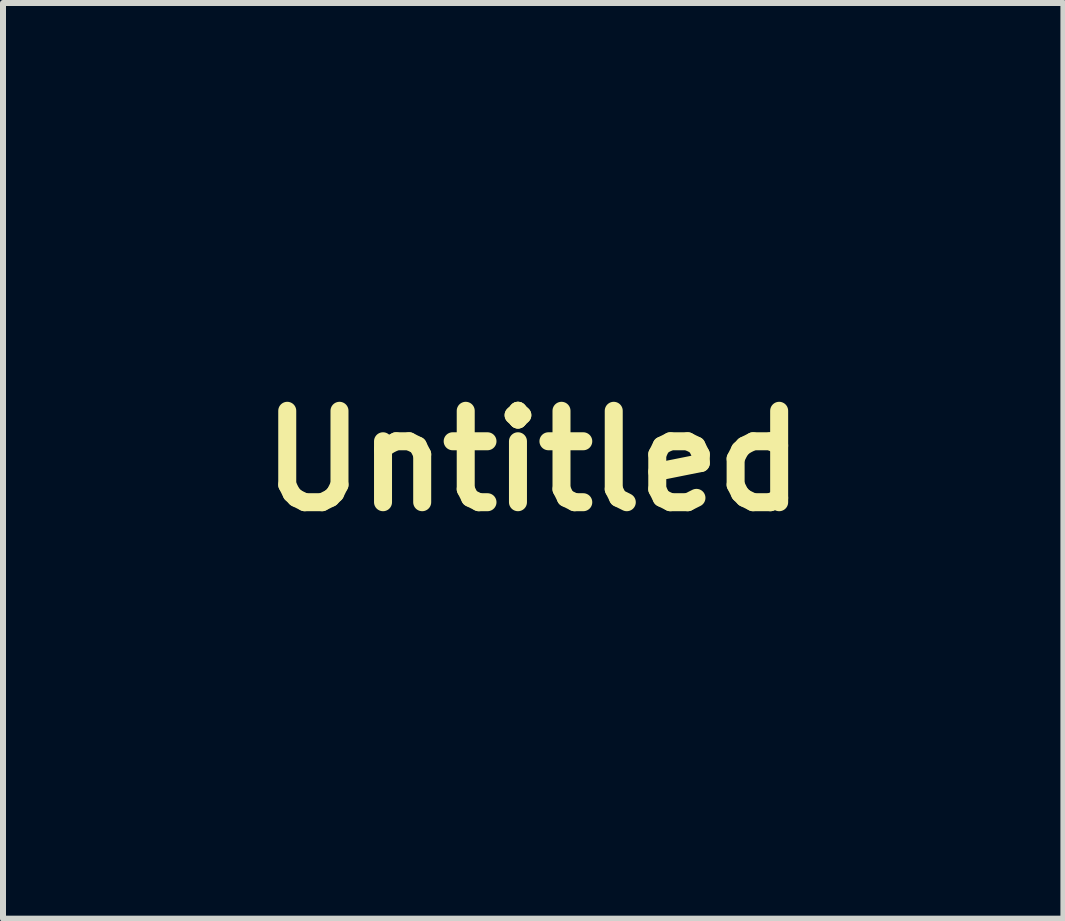
<source format=kicad_pcb>
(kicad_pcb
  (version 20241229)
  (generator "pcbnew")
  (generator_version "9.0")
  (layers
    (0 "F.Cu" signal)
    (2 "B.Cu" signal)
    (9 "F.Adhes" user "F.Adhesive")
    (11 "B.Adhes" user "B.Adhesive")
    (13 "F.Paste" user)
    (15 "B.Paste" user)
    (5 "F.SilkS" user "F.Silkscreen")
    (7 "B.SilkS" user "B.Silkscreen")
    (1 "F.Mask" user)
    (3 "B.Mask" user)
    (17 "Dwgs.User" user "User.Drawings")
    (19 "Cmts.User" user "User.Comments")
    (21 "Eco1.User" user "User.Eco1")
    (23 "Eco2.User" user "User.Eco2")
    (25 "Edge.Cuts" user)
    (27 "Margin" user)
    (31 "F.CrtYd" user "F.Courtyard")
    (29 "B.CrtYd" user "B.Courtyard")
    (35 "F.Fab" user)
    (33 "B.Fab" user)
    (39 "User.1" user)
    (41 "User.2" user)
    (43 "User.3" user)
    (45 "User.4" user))
  (footprint "Untitled"
    (layer "F.Cu")
    (at 5.839 4.633)
    (property "Reference" "Untitled" (at 0 0 0) (layer "F.SilkS") (effects (font (size 1.524 1.524) (thickness 0.3))))
    (attr through_hole)
    (fp_poly (pts (xy 5.834 -0.81) (xy 5.834 -0.564) (xy 5.834 -0.323) (xy 5.834 -0.086) (xy 5.834 0.146) (xy 5.834 0.372) (xy 5.834 0.593) (xy 5.834 0.807) (xy 5.834 1.014) (xy 5.833 1.214) (xy 5.833 1.405) (xy 5.833 1.589) (xy 5.833 1.763) (xy 5.833 1.929) (xy 5.833 2.084) (xy 5.832 2.229) (xy 5.832 2.363) (xy 5.832 2.486) (xy 5.832 2.598) (xy 5.832 2.697) (xy 5.831 2.783) (xy 5.831 2.856) (xy 5.831 2.915) (xy 5.831 2.961) (xy 5.83 2.991) (xy 5.83 3.006) (xy 5.83 3.008) (xy 5.827 3.002) (xy 5.826 2.989) (xy 5.823 2.961) (xy 5.813 2.922) (xy 5.797 2.875) (xy 5.777 2.822) (xy 5.754 2.767) (xy 5.73 2.717) (xy 5.67 2.605) (xy 5.596 2.485) (xy 5.508 2.359) (xy 5.408 2.227) (xy 5.294 2.088) (xy 5.169 1.944) (xy 5.031 1.794) (xy 4.881 1.639) (xy 4.719 1.479) (xy 4.547 1.315) (xy 4.363 1.147) (xy 4.169 0.976) (xy 4.089 0.906) (xy 4.04 0.864) (xy 3.991 0.823) (xy 3.941 0.781) (xy 3.889 0.737) (xy 3.834 0.692) (xy 3.775 0.644) (xy 3.711 0.592) (xy 3.642 0.536) (xy 3.566 0.475) (xy 3.482 0.407) (xy 3.389 0.334) (xy 3.287 0.252) (xy 3.174 0.163) (xy 3.06 0.072) (xy 2.98 0.008) (xy 2.904 -0.052) (xy 2.832 -0.109) (xy 2.765 -0.162) (xy 2.704 -0.21) (xy 2.651 -0.253) (xy 2.606 -0.289) (xy 2.57 -0.318) (xy 2.544 -0.338) (xy 2.529 -0.351) (xy 2.525 -0.354) (xy 2.523 -0.359) (xy 2.525 -0.367) (xy 2.532 -0.38) (xy 2.546 -0.4) (xy 2.567 -0.427) (xy 2.596 -0.464) (xy 2.635 -0.511) (xy 2.637 -0.513) (xy 2.851 -0.777) (xy 3.052 -1.033) (xy 3.241 -1.28) (xy 3.417 -1.518) (xy 3.581 -1.749) (xy 3.734 -1.973) (xy 3.875 -2.189) (xy 4.005 -2.399) (xy 4.123 -2.602) (xy 4.231 -2.799) (xy 4.301 -2.937) (xy 4.381 -3.104) (xy 4.45 -3.261) (xy 4.509 -3.409) (xy 4.556 -3.548) (xy 4.594 -3.68) (xy 4.621 -3.804) (xy 4.632 -3.869) (xy 4.638 -3.92) (xy 4.641 -3.979) (xy 4.642 -4.042) (xy 4.641 -4.104) (xy 4.638 -4.163) (xy 4.632 -4.214) (xy 4.625 -4.254) (xy 4.624 -4.258) (xy 4.594 -4.339) (xy 4.554 -4.412) (xy 4.503 -4.475) (xy 4.443 -4.527) (xy 4.393 -4.558) (xy 4.349 -4.579) (xy 4.311 -4.594) (xy 4.271 -4.605) (xy 4.223 -4.615) (xy 4.22 -4.616) (xy 4.213 -4.618) (xy 4.21 -4.619) (xy 4.214 -4.62) (xy 4.225 -4.621) (xy 4.243 -4.622) (xy 4.269 -4.623) (xy 4.305 -4.624) (xy 4.35 -4.625) (xy 4.406 -4.625) (xy 4.473 -4.626) (xy 4.552 -4.626) (xy 4.644 -4.626) (xy 4.749 -4.627) (xy 4.869 -4.627) (xy 4.999 -4.627) (xy 5.834 -4.628) (xy 5.834 -0.81)) (stroke (width 0.01) (type solid)) (fill no) (layer "Eco2.User"))
    (fp_poly (pts (xy -0.923 -4.627) (xy -0.645 -4.626) (xy -0.371 -4.626) (xy -0.101 -4.626) (xy 0.163 -4.626) (xy 0.423 -4.626) (xy 0.676 -4.626) (xy 0.923 -4.626) (xy 1.164 -4.625) (xy 1.397 -4.625) (xy 1.623 -4.625) (xy 1.841 -4.625) (xy 2.051 -4.625) (xy 2.252 -4.624) (xy 2.444 -4.624) (xy 2.626 -4.624) (xy 2.799 -4.624) (xy 2.96 -4.623) (xy 3.111 -4.623) (xy 3.251 -4.623) (xy 3.379 -4.622) (xy 3.495 -4.622) (xy 3.599 -4.622) (xy 3.689 -4.621) (xy 3.766 -4.621) (xy 3.829 -4.621) (xy 3.878 -4.62) (xy 3.913 -4.62) (xy 3.932 -4.62) (xy 3.936 -4.619) (xy 3.81 -4.599) (xy 3.675 -4.566) (xy 3.532 -4.522) (xy 3.381 -4.466) (xy 3.224 -4.399) (xy 3.062 -4.321) (xy 2.895 -4.233) (xy 2.724 -4.135) (xy 2.55 -4.028) (xy 2.373 -3.911) (xy 2.298 -3.859) (xy 2.249 -3.825) (xy 2.196 -3.786) (xy 2.14 -3.745) (xy 2.081 -3.701) (xy 2.023 -3.658) (xy 1.966 -3.614) (xy 1.911 -3.572) (xy 1.861 -3.533) (xy 1.817 -3.498) (xy 1.78 -3.468) (xy 1.751 -3.445) (xy 1.733 -3.428) (xy 1.727 -3.421) (xy 1.729 -3.413) (xy 1.737 -3.393) (xy 1.75 -3.364) (xy 1.766 -3.329) (xy 1.784 -3.29) (xy 1.804 -3.25) (xy 1.822 -3.211) (xy 1.84 -3.176) (xy 1.854 -3.147) (xy 1.865 -3.128) (xy 1.869 -3.121) (xy 1.876 -3.125) (xy 1.894 -3.136) (xy 1.922 -3.154) (xy 1.957 -3.178) (xy 1.997 -3.206) (xy 2.029 -3.228) (xy 2.231 -3.366) (xy 2.424 -3.494) (xy 2.608 -3.612) (xy 2.783 -3.721) (xy 2.948 -3.819) (xy 3.104 -3.907) (xy 3.25 -3.985) (xy 3.386 -4.052) (xy 3.512 -4.11) (xy 3.627 -4.157) (xy 3.733 -4.193) (xy 3.828 -4.219) (xy 3.912 -4.234) (xy 3.985 -4.239) (xy 4.047 -4.233) (xy 4.098 -4.216) (xy 4.138 -4.188) (xy 4.139 -4.187) (xy 4.165 -4.153) (xy 4.181 -4.113) (xy 4.189 -4.063) (xy 4.189 -4.002) (xy 4.189 -4.001) (xy 4.179 -3.922) (xy 4.157 -3.833) (xy 4.124 -3.732) (xy 4.08 -3.621) (xy 4.024 -3.499) (xy 3.957 -3.366) (xy 3.879 -3.223) (xy 3.79 -3.07) (xy 3.689 -2.906) (xy 3.578 -2.732) (xy 3.455 -2.548) (xy 3.322 -2.353) (xy 3.177 -2.149) (xy 3.022 -1.934) (xy 2.856 -1.71) (xy 2.679 -1.476) (xy 2.491 -1.232) (xy 2.469 -1.204) (xy 2.428 -1.151) (xy 2.385 -1.095) (xy 2.34 -1.038) (xy 2.295 -0.98) (xy 2.25 -0.924) (xy 2.208 -0.87) (xy 2.169 -0.82) (xy 2.134 -0.776) (xy 2.105 -0.74) (xy 2.083 -0.712) (xy 2.069 -0.694) (xy 2.064 -0.689) (xy 2.057 -0.691) (xy 2.038 -0.702) (xy 2.01 -0.72) (xy 1.975 -0.743) (xy 1.934 -0.77) (xy 1.909 -0.787) (xy 1.856 -0.824) (xy 1.791 -0.868) (xy 1.716 -0.919) (xy 1.633 -0.975) (xy 1.542 -1.036) (xy 1.447 -1.1) (xy 1.348 -1.166) (xy 1.246 -1.234) (xy 1.144 -1.302) (xy 1.044 -1.369) (xy 0.946 -1.434) (xy 0.852 -1.495) (xy 0.764 -1.553) (xy 0.683 -1.606) (xy 0.612 -1.653) (xy 0.554 -1.69) (xy 0.279 -1.867) (xy 0.435 -1.999) (xy 0.481 -2.038) (xy 0.536 -2.084) (xy 0.597 -2.136) (xy 0.661 -2.19) (xy 0.726 -2.244) (xy 0.787 -2.296) (xy 0.812 -2.317) (xy 1.032 -2.502) (xy 0.985 -2.59) (xy 0.958 -2.641) (xy 0.937 -2.68) (xy 0.922 -2.707) (xy 0.911 -2.726) (xy 0.904 -2.738) (xy 0.9 -2.744) (xy 0.897 -2.746) (xy 0.895 -2.746) (xy 0.887 -2.741) (xy 0.868 -2.726) (xy 0.839 -2.703) (xy 0.802 -2.671) (xy 0.757 -2.632) (xy 0.706 -2.588) (xy 0.649 -2.538) (xy 0.587 -2.484) (xy 0.522 -2.426) (xy 0.455 -2.367) (xy 0.386 -2.305) (xy 0.317 -2.243) (xy 0.248 -2.181) (xy 0.208 -2.145) (xy 0.164 -2.105) (xy 0.123 -2.068) (xy 0.088 -2.037) (xy 0.059 -2.011) (xy 0.039 -1.994) (xy 0.028 -1.985) (xy 0.027 -1.984) (xy 0.019 -1.988) (xy -0.001 -1.998) (xy -0.032 -2.015) (xy -0.072 -2.036) (xy -0.119 -2.061) (xy -0.171 -2.09) (xy -0.209 -2.11) (xy -0.279 -2.148) (xy -0.358 -2.191) (xy -0.442 -2.237) (xy -0.526 -2.283) (xy -0.607 -2.326) (xy -0.678 -2.365) (xy -0.679 -2.366) (xy -0.783 -2.422) (xy -0.884 -2.477) (xy -0.981 -2.53) (xy -1.073 -2.58) (xy -1.158 -2.627) (xy -1.234 -2.669) (xy -1.302 -2.706) (xy -1.358 -2.738) (xy -1.402 -2.762) (xy -1.409 -2.766) (xy -1.614 -2.881) (xy -1.815 -2.992) (xy -2.015 -3.099) (xy -2.217 -3.206) (xy -2.426 -3.314) (xy -2.644 -3.424) (xy -2.738 -3.471) (xy -2.984 -3.592) (xy -3.218 -3.704) (xy -3.441 -3.808) (xy -3.654 -3.903) (xy -3.858 -3.99) (xy -4.054 -4.07) (xy -4.242 -4.143) (xy -4.424 -4.209) (xy -4.555 -4.254) (xy -4.725 -4.309) (xy -4.884 -4.355) (xy -5.031 -4.393) (xy -5.167 -4.422) (xy -5.29 -4.443) (xy -5.401 -4.455) (xy -5.5 -4.459) (xy -5.586 -4.454) (xy -5.66 -4.44) (xy -5.721 -4.419) (xy -5.769 -4.388) (xy -5.804 -4.349) (xy -5.813 -4.332) (xy -5.834 -4.291) (xy -5.834 -4.628) (xy -0.923 -4.627)) (stroke (width 0.01) (type solid)) (fill no) (layer "Eco2.User"))
    (fp_poly (pts (xy -5.822 -4.163) (xy -5.814 -4.139) (xy -5.8 -4.106) (xy -5.783 -4.069) (xy -5.771 -4.044) (xy -5.722 -3.958) (xy -5.658 -3.865) (xy -5.581 -3.766) (xy -5.49 -3.661) (xy -5.386 -3.55) (xy -5.269 -3.433) (xy -5.139 -3.312) (xy -4.997 -3.185) (xy -4.842 -3.053) (xy -4.676 -2.917) (xy -4.498 -2.776) (xy -4.309 -2.631) (xy -4.109 -2.482) (xy -3.898 -2.33) (xy -3.676 -2.174) (xy -3.445 -2.014) (xy -3.203 -1.852) (xy -2.952 -1.686) (xy -2.692 -1.518) (xy -2.423 -1.348) (xy -2.164 -1.188) (xy -2.11 -1.154) (xy -2.06 -1.124) (xy -2.017 -1.098) (xy -1.981 -1.076) (xy -1.954 -1.06) (xy -1.938 -1.051) (xy -1.933 -1.049) (xy -1.929 -1.058) (xy -1.92 -1.078) (xy -1.909 -1.106) (xy -1.897 -1.137) (xy -1.884 -1.169) (xy -1.873 -1.198) (xy -1.864 -1.22) (xy -1.86 -1.233) (xy -1.859 -1.235) (xy -1.866 -1.239) (xy -1.884 -1.253) (xy -1.912 -1.274) (xy -1.95 -1.301) (xy -1.994 -1.334) (xy -2.046 -1.372) (xy -2.102 -1.413) (xy -2.147 -1.446) (xy -2.429 -1.654) (xy -2.698 -1.853) (xy -2.953 -2.043) (xy -3.196 -2.224) (xy -3.425 -2.397) (xy -3.64 -2.561) (xy -3.843 -2.717) (xy -4.032 -2.863) (xy -4.208 -3.002) (xy -4.371 -3.131) (xy -4.521 -3.252) (xy -4.657 -3.364) (xy -4.781 -3.468) (xy -4.891 -3.563) (xy -4.988 -3.649) (xy -5.072 -3.727) (xy -5.142 -3.796) (xy -5.2 -3.857) (xy -5.244 -3.909) (xy -5.254 -3.922) (xy -5.285 -3.966) (xy -5.303 -4.001) (xy -5.308 -4.027) (xy -5.301 -4.044) (xy -5.281 -4.052) (xy -5.249 -4.053) (xy -5.239 -4.053) (xy -5.189 -4.045) (xy -5.13 -4.03) (xy -5.061 -4.009) (xy -4.982 -3.982) (xy -4.891 -3.947) (xy -4.789 -3.906) (xy -4.674 -3.857) (xy -4.547 -3.801) (xy -4.407 -3.737) (xy -4.362 -3.716) (xy -4.305 -3.69) (xy -4.235 -3.656) (xy -4.154 -3.617) (xy -4.062 -3.572) (xy -3.963 -3.523) (xy -3.855 -3.47) (xy -3.742 -3.413) (xy -3.624 -3.355) (xy -3.503 -3.294) (xy -3.381 -3.232) (xy -3.257 -3.17) (xy -3.135 -3.107) (xy -3.014 -3.046) (xy -2.897 -2.986) (xy -2.785 -2.929) (xy -2.679 -2.874) (xy -2.624 -2.845) (xy -2.471 -2.766) (xy -2.331 -2.693) (xy -2.203 -2.626) (xy -2.086 -2.564) (xy -1.978 -2.508) (xy -1.879 -2.455) (xy -1.787 -2.407) (xy -1.702 -2.361) (xy -1.622 -2.318) (xy -1.546 -2.276) (xy -1.473 -2.236) (xy -1.402 -2.197) (xy -1.332 -2.157) (xy -1.261 -2.117) (xy -1.189 -2.076) (xy -1.114 -2.033) (xy -1.036 -1.987) (xy -0.953 -1.939) (xy -0.929 -1.925) (xy -0.845 -1.876) (xy -0.765 -1.829) (xy -0.69 -1.785) (xy -0.621 -1.745) (xy -0.559 -1.709) (xy -0.506 -1.677) (xy -0.461 -1.651) (xy -0.428 -1.631) (xy -0.405 -1.618) (xy -0.395 -1.611) (xy -0.394 -1.611) (xy -0.399 -1.605) (xy -0.414 -1.589) (xy -0.439 -1.564) (xy -0.473 -1.532) (xy -0.515 -1.493) (xy -0.563 -1.447) (xy -0.617 -1.397) (xy -0.676 -1.343) (xy -0.733 -1.29) (xy -1.078 -0.975) (xy -1.118 -0.841) (xy -1.132 -0.796) (xy -1.144 -0.755) (xy -1.154 -0.72) (xy -1.161 -0.695) (xy -1.164 -0.684) (xy -1.169 -0.66) (xy -1.11 -0.676) (xy -1.078 -0.685) (xy -1.049 -0.695) (xy -1.029 -0.702) (xy -1.028 -0.702) (xy -1.018 -0.709) (xy -0.998 -0.726) (xy -0.968 -0.753) (xy -0.93 -0.787) (xy -0.884 -0.829) (xy -0.832 -0.877) (xy -0.773 -0.931) (xy -0.711 -0.989) (xy -0.644 -1.051) (xy -0.589 -1.103) (xy -0.174 -1.494) (xy 0.499 -1.046) (xy 0.633 -0.956) (xy 0.756 -0.875) (xy 0.867 -0.8) (xy 0.969 -0.733) (xy 1.063 -0.671) (xy 1.149 -0.615) (xy 1.229 -0.562) (xy 1.304 -0.514) (xy 1.376 -0.468) (xy 1.445 -0.424) (xy 1.512 -0.381) (xy 1.579 -0.339) (xy 1.618 -0.314) (xy 1.692 -0.268) (xy 1.61 -0.183) (xy 1.582 -0.155) (xy 1.546 -0.118) (xy 1.503 -0.074) (xy 1.457 -0.027) (xy 1.409 0.022) (xy 1.361 0.07) (xy 1.36 0.071) (xy 1.308 0.125) (xy 1.251 0.186) (xy 1.192 0.25) (xy 1.135 0.313) (xy 1.083 0.371) (xy 1.052 0.407) (xy 1.007 0.459) (xy 0.969 0.502) (xy 0.939 0.534) (xy 0.918 0.556) (xy 0.905 0.566) (xy 0.902 0.566) (xy 0.893 0.561) (xy 0.873 0.548) (xy 0.843 0.529) (xy 0.806 0.506) (xy 0.764 0.479) (xy 0.744 0.467) (xy 0.701 0.44) (xy 0.662 0.415) (xy 0.629 0.396) (xy 0.605 0.381) (xy 0.592 0.374) (xy 0.59 0.373) (xy 0.578 0.375) (xy 0.555 0.38) (xy 0.524 0.388) (xy 0.487 0.398) (xy 0.447 0.409) (xy 0.407 0.421) (xy 0.369 0.432) (xy 0.338 0.441) (xy 0.315 0.449) (xy 0.304 0.453) (xy 0.304 0.454) (xy 0.31 0.46) (xy 0.329 0.473) (xy 0.357 0.493) (xy 0.394 0.518) (xy 0.438 0.548) (xy 0.486 0.581) (xy 0.508 0.596) (xy 0.559 0.63) (xy 0.605 0.662) (xy 0.647 0.69) (xy 0.68 0.713) (xy 0.705 0.73) (xy 0.718 0.74) (xy 0.72 0.741) (xy 0.719 0.75) (xy 0.706 0.769) (xy 0.684 0.797) (xy 0.653 0.833) (xy 0.613 0.875) (xy 0.567 0.924) (xy 0.514 0.978) (xy 0.456 1.037) (xy 0.393 1.098) (xy 0.327 1.163) (xy 0.258 1.228) (xy 0.188 1.295) (xy 0.117 1.361) (xy 0.046 1.425) (xy -0.02 1.484) (xy -0.203 1.644) (xy -0.391 1.802) (xy -0.582 1.957) (xy -0.777 2.11) (xy -0.973 2.259) (xy -1.171 2.404) (xy -1.368 2.545) (xy -1.566 2.68) (xy -1.761 2.81) (xy -1.955 2.933) (xy -2.145 3.05) (xy -2.331 3.159) (xy -2.512 3.26) (xy -2.687 3.352) (xy -2.856 3.436) (xy -3.017 3.51) (xy -3.169 3.573) (xy -3.312 3.626) (xy -3.389 3.651) (xy -3.463 3.673) (xy -3.526 3.69) (xy -3.581 3.702) (xy -3.631 3.711) (xy -3.682 3.716) (xy -3.736 3.718) (xy -3.782 3.719) (xy -3.831 3.719) (xy -3.868 3.718) (xy -3.895 3.716) (xy -3.917 3.713) (xy -3.935 3.708) (xy -3.953 3.701) (xy -3.954 3.701) (xy -4.009 3.671) (xy -4.051 3.631) (xy -4.082 3.581) (xy -4.1 3.52) (xy -4.107 3.449) (xy -4.102 3.369) (xy -4.085 3.278) (xy -4.056 3.177) (xy -4.016 3.066) (xy -3.963 2.945) (xy -3.9 2.814) (xy -3.824 2.674) (xy -3.736 2.524) (xy -3.637 2.364) (xy -3.527 2.195) (xy -3.405 2.016) (xy -3.271 1.828) (xy -3.22 1.758) (xy -3.169 1.689) (xy -3.119 1.622) (xy -3.068 1.555) (xy -3.015 1.484) (xy -2.956 1.409) (xy -2.892 1.326) (xy -2.819 1.234) (xy -2.804 1.215) (xy -2.77 1.172) (xy -2.739 1.132) (xy -2.713 1.099) (xy -2.694 1.073) (xy -2.681 1.056) (xy -2.677 1.051) (xy -2.685 1.051) (xy -2.707 1.053) (xy -2.74 1.055) (xy -2.783 1.059) (xy -2.833 1.063) (xy -2.876 1.067) (xy -2.944 1.074) (xy -2.998 1.079) (xy -3.038 1.085) (xy -3.065 1.089) (xy -3.08 1.094) (xy -3.083 1.096) (xy -3.098 1.112) (xy -3.122 1.139) (xy -3.152 1.175) (xy -3.188 1.217) (xy -3.227 1.264) (xy -3.269 1.314) (xy -3.312 1.365) (xy -3.353 1.416) (xy -3.393 1.464) (xy -3.428 1.508) (xy -3.432 1.512) (xy -3.596 1.721) (xy -3.746 1.923) (xy -3.883 2.118) (xy -4.006 2.305) (xy -4.115 2.484) (xy -4.21 2.656) (xy -4.291 2.821) (xy -4.358 2.978) (xy -4.412 3.128) (xy -4.452 3.27) (xy -4.466 3.338) (xy -4.474 3.39) (xy -4.478 3.45) (xy -4.48 3.513) (xy -4.479 3.575) (xy -4.475 3.631) (xy -4.468 3.677) (xy -4.466 3.687) (xy -4.437 3.772) (xy -4.396 3.848) (xy -4.342 3.914) (xy -4.276 3.97) (xy -4.198 4.016) (xy -4.109 4.051) (xy -4.079 4.06) (xy -3.974 4.081) (xy -3.857 4.091) (xy -3.731 4.09) (xy -3.595 4.077) (xy -3.45 4.054) (xy -3.296 4.021) (xy -3.135 3.976) (xy -2.965 3.922) (xy -2.789 3.857) (xy -2.606 3.783) (xy -2.416 3.698) (xy -2.221 3.604) (xy -2.021 3.5) (xy -1.816 3.388) (xy -1.606 3.265) (xy -1.429 3.157) (xy -1.147 2.974) (xy -0.86 2.778) (xy -0.571 2.568) (xy -0.279 2.346) (xy 0.014 2.113) (xy 0.308 1.868) (xy 0.6 1.613) (xy 0.89 1.35) (xy 1.063 1.188) (xy 1.099 1.153) (xy 1.132 1.123) (xy 1.159 1.098) (xy 1.179 1.081) (xy 1.19 1.072) (xy 1.191 1.072) (xy 1.199 1.076) (xy 1.218 1.088) (xy 1.246 1.106) (xy 1.281 1.13) (xy 1.321 1.157) (xy 1.331 1.164) (xy 1.419 1.225) (xy 1.513 1.288) (xy 1.609 1.352) (xy 1.703 1.415) (xy 1.793 1.475) (xy 1.876 1.528) (xy 1.921 1.557) (xy 1.979 1.594) (xy 2.041 1.632) (xy 2.105 1.672) (xy 2.171 1.711) (xy 2.236 1.751) (xy 2.299 1.789) (xy 2.36 1.824) (xy 2.415 1.857) (xy 2.465 1.885) (xy 2.507 1.909) (xy 2.541 1.927) (xy 2.564 1.939) (xy 2.575 1.943) (xy 2.576 1.943) (xy 2.575 1.935) (xy 2.57 1.914) (xy 2.561 1.881) (xy 2.55 1.839) (xy 2.537 1.79) (xy 2.523 1.737) (xy 2.466 1.534) (xy 1.952 1.201) (xy 1.87 1.149) (xy 1.793 1.098) (xy 1.72 1.051) (xy 1.654 1.008) (xy 1.595 0.969) (xy 1.543 0.935) (xy 1.501 0.907) (xy 1.469 0.885) (xy 1.448 0.87) (xy 1.439 0.864) (xy 1.439 0.863) (xy 1.445 0.856) (xy 1.46 0.839) (xy 1.484 0.812) (xy 1.515 0.776) (xy 1.554 0.733) (xy 1.599 0.683) (xy 1.648 0.628) (xy 1.702 0.569) (xy 1.746 0.519) (xy 1.803 0.456) (xy 1.856 0.396) (xy 1.906 0.341) (xy 1.95 0.29) (xy 1.989 0.245) (xy 2.021 0.209) (xy 2.044 0.18) (xy 2.059 0.162) (xy 2.064 0.155) (xy 2.074 0.138) (xy 2.089 0.117) (xy 2.107 0.095) (xy 2.123 0.076) (xy 2.136 0.065) (xy 2.139 0.064) (xy 2.146 0.068) (xy 2.165 0.081) (xy 2.194 0.102) (xy 2.232 0.13) (xy 2.279 0.164) (xy 2.332 0.204) (xy 2.391 0.247) (xy 2.455 0.295) (xy 2.523 0.345) (xy 2.593 0.397) (xy 2.664 0.449) (xy 2.736 0.502) (xy 2.806 0.555) (xy 2.874 0.606) (xy 2.917 0.638) (xy 2.966 0.675) (xy 3.025 0.721) (xy 3.094 0.775) (xy 3.171 0.836) (xy 3.255 0.902) (xy 3.343 0.973) (xy 3.436 1.048) (xy 3.53 1.125) (xy 3.626 1.202) (xy 3.721 1.28) (xy 3.814 1.357) (xy 3.904 1.431) (xy 3.989 1.502) (xy 4.056 1.558) (xy 4.212 1.691) (xy 4.36 1.818) (xy 4.499 1.94) (xy 4.628 2.056) (xy 4.747 2.165) (xy 4.856 2.268) (xy 4.954 2.364) (xy 5.041 2.452) (xy 5.117 2.532) (xy 5.181 2.605) (xy 5.233 2.668) (xy 5.273 2.723) (xy 5.277 2.73) (xy 5.302 2.773) (xy 5.319 2.813) (xy 5.329 2.846) (xy 5.329 2.87) (xy 5.316 2.891) (xy 5.29 2.904) (xy 5.251 2.908) (xy 5.198 2.904) (xy 5.133 2.892) (xy 5.056 2.871) (xy 4.966 2.842) (xy 4.864 2.805) (xy 4.75 2.759) (xy 4.695 2.736) (xy 4.588 2.69) (xy 4.47 2.636) (xy 4.341 2.575) (xy 4.204 2.509) (xy 4.06 2.437) (xy 3.91 2.362) (xy 3.757 2.283) (xy 3.602 2.201) (xy 3.447 2.118) (xy 3.411 2.098) (xy 3.373 2.078) (xy 3.341 2.061) (xy 3.316 2.049) (xy 3.301 2.042) (xy 3.298 2.042) (xy 3.298 2.051) (xy 3.301 2.072) (xy 3.307 2.105) (xy 3.316 2.146) (xy 3.326 2.192) (xy 3.337 2.242) (xy 3.348 2.294) (xy 3.36 2.343) (xy 3.371 2.389) (xy 3.381 2.429) (xy 3.389 2.461) (xy 3.395 2.481) (xy 3.398 2.488) (xy 3.408 2.495) (xy 3.43 2.509) (xy 3.461 2.527) (xy 3.499 2.55) (xy 3.544 2.576) (xy 3.571 2.591) (xy 3.773 2.705) (xy 3.967 2.809) (xy 4.154 2.904) (xy 4.333 2.99) (xy 4.504 3.067) (xy 4.666 3.135) (xy 4.82 3.193) (xy 4.964 3.241) (xy 5.098 3.28) (xy 5.222 3.309) (xy 5.336 3.328) (xy 5.44 3.337) (xy 5.532 3.336) (xy 5.613 3.325) (xy 5.656 3.313) (xy 5.715 3.287) (xy 5.762 3.252) (xy 5.797 3.207) (xy 5.822 3.151) (xy 5.823 3.147) (xy 5.825 3.144) (xy 5.826 3.147) (xy 5.828 3.156) (xy 5.829 3.173) (xy 5.83 3.197) (xy 5.831 3.231) (xy 5.831 3.275) (xy 5.832 3.329) (xy 5.832 3.394) (xy 5.833 3.472) (xy 5.833 3.563) (xy 5.833 3.667) (xy 5.833 3.786) (xy 5.834 3.872) (xy 5.834 4.628) (xy -5.834 4.628) (xy -5.833 0.212) (xy -5.833 -0.109) (xy -5.833 -0.416) (xy -5.833 -0.48) (xy -1.094 -0.48) (xy -1.087 -0.474) (xy -1.069 -0.46) (xy -1.04 -0.44) (xy -1.003 -0.413) (xy -0.959 -0.381) (xy -0.908 -0.346) (xy -0.854 -0.308) (xy -0.797 -0.268) (xy -0.738 -0.227) (xy -0.68 -0.186) (xy -0.623 -0.147) (xy -0.569 -0.11) (xy -0.52 -0.076) (xy -0.477 -0.046) (xy -0.441 -0.022) (xy -0.414 -0.005) (xy -0.397 0.006) (xy -0.393 0.008) (xy -0.383 0.006) (xy -0.36 0.001) (xy -0.328 -0.007) (xy -0.287 -0.018) (xy -0.244 -0.029) (xy -0.199 -0.041) (xy -0.161 -0.052) (xy -0.13 -0.061) (xy -0.11 -0.067) (xy -0.103 -0.071) (xy -0.11 -0.076) (xy -0.128 -0.089) (xy -0.158 -0.109) (xy -0.196 -0.136) (xy -0.244 -0.168) (xy -0.298 -0.205) (xy -0.359 -0.246) (xy -0.424 -0.29) (xy -0.463 -0.316) (xy -0.822 -0.557) (xy -0.959 -0.522) (xy -1.003 -0.511) (xy -1.04 -0.5) (xy -1.07 -0.491) (xy -1.088 -0.484) (xy -1.094 -0.48) (xy -5.833 -0.48) (xy -5.833 -0.707) (xy -5.833 -0.983) (xy -5.833 -1.244) (xy -5.833 -1.492) (xy -5.833 -1.726) (xy -5.833 -1.947) (xy -5.833 -2.154) (xy -5.832 -2.349) (xy -5.832 -2.532) (xy -5.832 -2.702) (xy -5.832 -2.862) (xy -5.832 -3.009) (xy -5.831 -3.147) (xy -5.831 -3.273) (xy -5.831 -3.389) (xy -5.83 -3.496) (xy -5.83 -3.593) (xy -5.83 -3.681) (xy -5.829 -3.761) (xy -5.829 -3.832) (xy -5.829 -3.895) (xy -5.828 -3.95) (xy -5.828 -3.998) (xy -5.827 -4.04) (xy -5.827 -4.074) (xy -5.826 -4.103) (xy -5.825 -4.125) (xy -5.825 -4.142) (xy -5.824 -4.154) (xy -5.823 -4.162) (xy -5.823 -4.164) (xy -5.822 -4.163)) (stroke (width 0.01) (type solid)) (fill no) (layer "Eco2.User")))
  (gr_rect
    (start -3 -3)
    (end 14.678 12.265)
    (stroke (width 0.1) (type default))
    (fill no)
    (layer "Edge.Cuts")))
</source>
